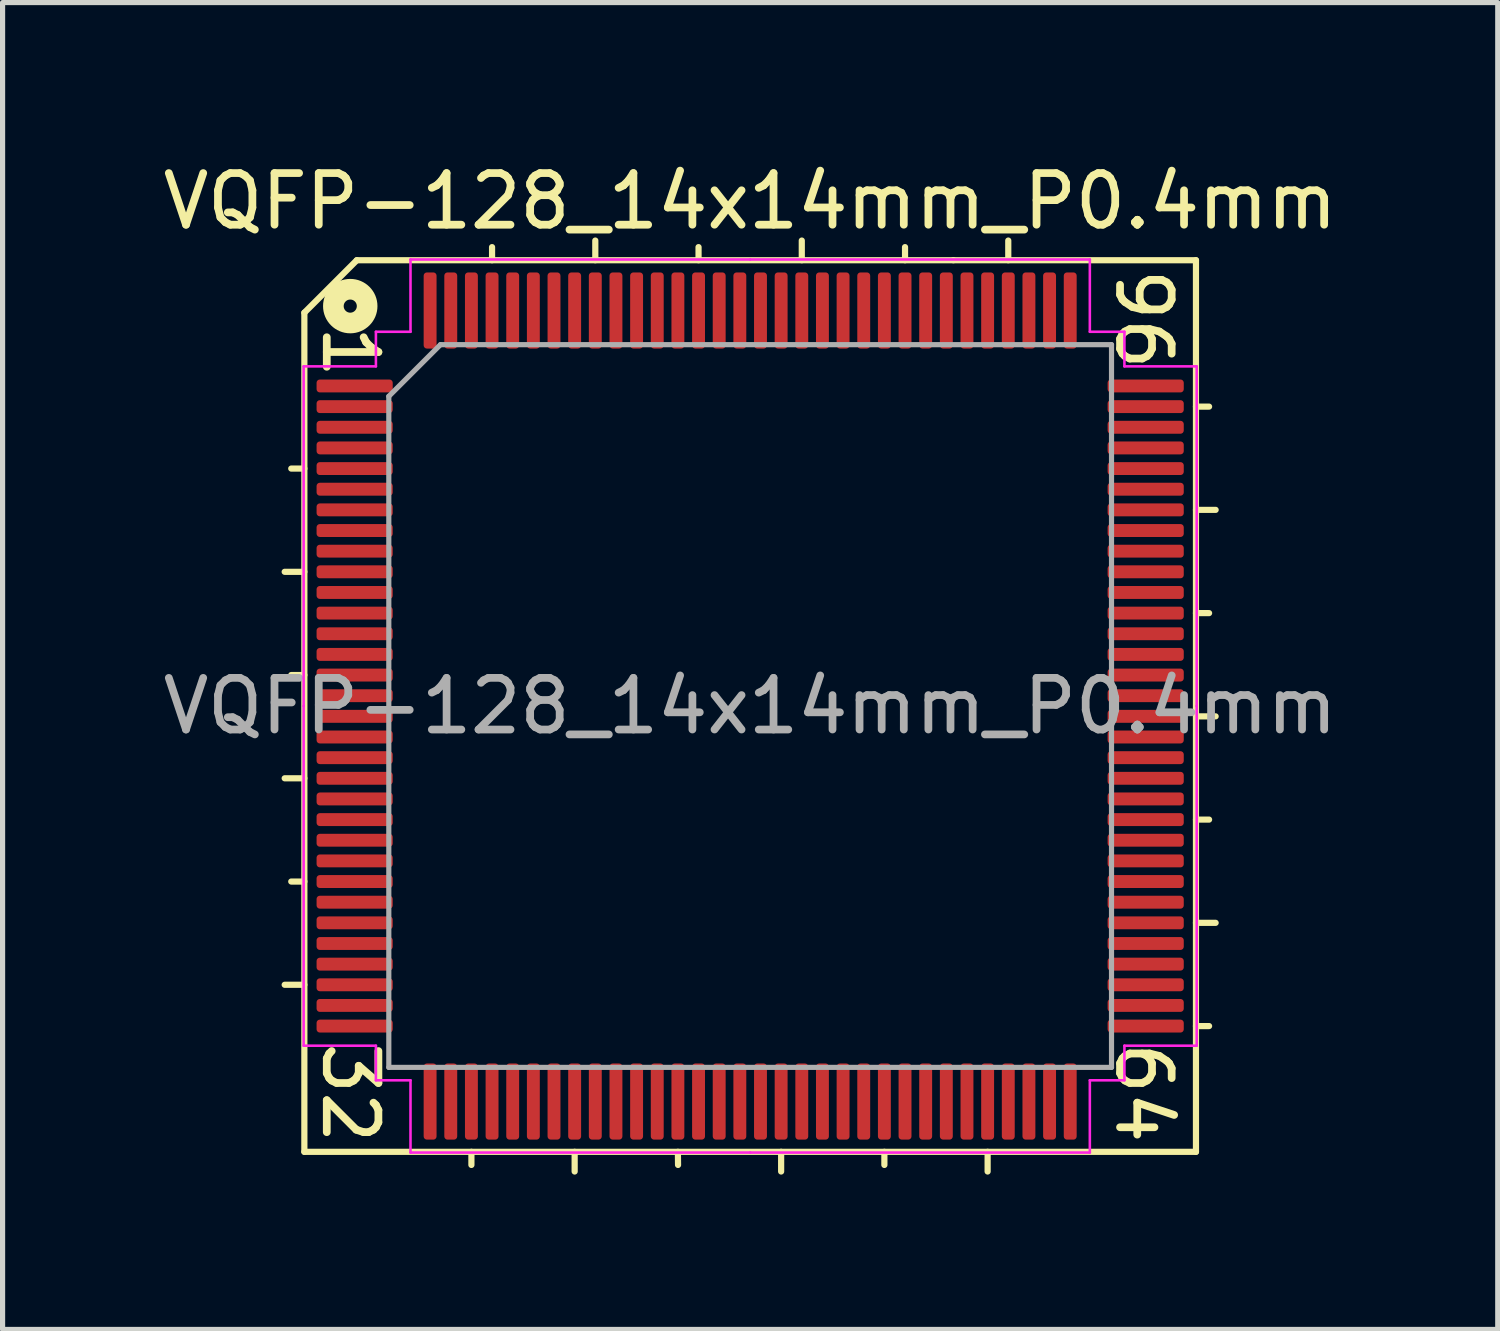
<source format=kicad_pcb>
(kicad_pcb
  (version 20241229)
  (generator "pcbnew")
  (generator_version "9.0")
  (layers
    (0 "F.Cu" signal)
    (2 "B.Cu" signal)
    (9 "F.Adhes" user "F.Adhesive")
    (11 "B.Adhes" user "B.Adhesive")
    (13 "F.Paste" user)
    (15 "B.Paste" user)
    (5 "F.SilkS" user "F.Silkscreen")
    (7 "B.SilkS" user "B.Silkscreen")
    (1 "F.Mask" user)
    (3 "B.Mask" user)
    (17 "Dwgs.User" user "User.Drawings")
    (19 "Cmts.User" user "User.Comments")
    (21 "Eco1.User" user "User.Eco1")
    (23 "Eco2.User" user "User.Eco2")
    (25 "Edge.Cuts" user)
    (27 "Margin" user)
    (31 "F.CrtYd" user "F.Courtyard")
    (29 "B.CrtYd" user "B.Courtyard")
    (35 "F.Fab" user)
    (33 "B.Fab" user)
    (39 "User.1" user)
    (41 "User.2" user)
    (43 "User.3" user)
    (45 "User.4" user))
  (footprint "VQFP-128_14x14mm_P0.4mm"
    (layer "F.Cu")
    (at 11.482 10.627)
    (property "Reference" "VQFP-128_14x14mm_P0.4mm" (at 0 -9.779 0) (layer "F.SilkS") (effects (font (size 1 1) (thickness 0.15))))
    (attr smd)
    (fp_line (start -8.636 -7.62) (end -8.636 8.636) (stroke (width 0.12) (type solid)) (layer "F.SilkS"))
    (fp_line (start -8.636 -4.6) (end -8.89 -4.6) (stroke (width 0.12) (type solid)) (layer "F.SilkS"))
    (fp_line (start -8.636 -2.6) (end -9.017 -2.6) (stroke (width 0.12) (type solid)) (layer "F.SilkS"))
    (fp_line (start -8.636 -0.6) (end -8.89 -0.6) (stroke (width 0.12) (type solid)) (layer "F.SilkS"))
    (fp_line (start -8.636 1.4) (end -9.017 1.4) (stroke (width 0.12) (type solid)) (layer "F.SilkS"))
    (fp_line (start -8.636 3.4) (end -8.89 3.4) (stroke (width 0.12) (type solid)) (layer "F.SilkS"))
    (fp_line (start -8.636 5.4) (end -9.017 5.4) (stroke (width 0.12) (type solid)) (layer "F.SilkS"))
    (fp_line (start -8.636 8.636) (end 8.636 8.636) (stroke (width 0.12) (type solid)) (layer "F.SilkS"))
    (fp_line (start -7.62 -8.636) (end -8.636 -7.62) (stroke (width 0.12) (type solid)) (layer "F.SilkS"))
    (fp_line (start -7.62 -8.636) (end 3.937 -8.636) (stroke (width 0.12) (type solid)) (layer "F.SilkS"))
    (fp_line (start -5.4 8.636) (end -5.4 8.89) (stroke (width 0.12) (type solid)) (layer "F.SilkS"))
    (fp_line (start -5 -8.636) (end -5 -8.89) (stroke (width 0.12) (type solid)) (layer "F.SilkS"))
    (fp_line (start -3.4 8.636) (end -3.4 9.017) (stroke (width 0.12) (type solid)) (layer "F.SilkS"))
    (fp_line (start -3 -8.636) (end -3 -9.017) (stroke (width 0.12) (type solid)) (layer "F.SilkS"))
    (fp_line (start -1.4 8.636) (end -1.397 8.89) (stroke (width 0.12) (type solid)) (layer "F.SilkS"))
    (fp_line (start -1 -8.636) (end -1 -8.89) (stroke (width 0.12) (type solid)) (layer "F.SilkS"))
    (fp_line (start 0.6 8.636) (end 0.6 9.017) (stroke (width 0.12) (type solid)) (layer "F.SilkS"))
    (fp_line (start 1 -8.636) (end 1 -9.017) (stroke (width 0.12) (type solid)) (layer "F.SilkS"))
    (fp_line (start 2.6 8.636) (end 2.6 8.89) (stroke (width 0.12) (type solid)) (layer "F.SilkS"))
    (fp_line (start 3 -8.636) (end 3 -8.89) (stroke (width 0.12) (type solid)) (layer "F.SilkS"))
    (fp_line (start 4.6 8.636) (end 4.6 9.017) (stroke (width 0.12) (type solid)) (layer "F.SilkS"))
    (fp_line (start 5 -8.636) (end 5 -9.017) (stroke (width 0.12) (type solid)) (layer "F.SilkS"))
    (fp_line (start 8.636 -8.636) (end 3.937 -8.636) (stroke (width 0.12) (type solid)) (layer "F.SilkS"))
    (fp_line (start 8.636 -5.8) (end 8.89 -5.8) (stroke (width 0.12) (type solid)) (layer "F.SilkS"))
    (fp_line (start 8.636 -3.8) (end 9.017 -3.8) (stroke (width 0.12) (type solid)) (layer "F.SilkS"))
    (fp_line (start 8.636 -1.8) (end 8.89 -1.8) (stroke (width 0.12) (type solid)) (layer "F.SilkS"))
    (fp_line (start 8.636 0.2) (end 9.017 0.2) (stroke (width 0.12) (type solid)) (layer "F.SilkS"))
    (fp_line (start 8.636 2.2) (end 8.89 2.2) (stroke (width 0.12) (type solid)) (layer "F.SilkS"))
    (fp_line (start 8.636 4.2) (end 9.017 4.2) (stroke (width 0.12) (type solid)) (layer "F.SilkS"))
    (fp_line (start 8.636 6.2) (end 8.89 6.2) (stroke (width 0.12) (type solid)) (layer "F.SilkS"))
    (fp_line (start 8.636 8.636) (end 8.636 -8.636) (stroke (width 0.12) (type solid)) (layer "F.SilkS"))
    (fp_circle (center -7.747 -7.747) (end -7.62 -7.747) (stroke (width 0.4) (type solid)) (fill no) (layer "F.SilkS"))
    (fp_line (start -8.65 -6.58) (end -8.65 0) (stroke (width 0.05) (type solid)) (layer "F.CrtYd"))
    (fp_line (start -8.65 6.58) (end -8.65 0) (stroke (width 0.05) (type solid)) (layer "F.CrtYd"))
    (fp_line (start -7.25 -7.25) (end -7.25 -6.58) (stroke (width 0.05) (type solid)) (layer "F.CrtYd"))
    (fp_line (start -7.25 -6.58) (end -8.65 -6.58) (stroke (width 0.05) (type solid)) (layer "F.CrtYd"))
    (fp_line (start -7.25 6.58) (end -8.65 6.58) (stroke (width 0.05) (type solid)) (layer "F.CrtYd"))
    (fp_line (start -7.25 7.25) (end -7.25 6.58) (stroke (width 0.05) (type solid)) (layer "F.CrtYd"))
    (fp_line (start -6.58 -8.65) (end -6.58 -7.25) (stroke (width 0.05) (type solid)) (layer "F.CrtYd"))
    (fp_line (start -6.58 -7.25) (end -7.25 -7.25) (stroke (width 0.05) (type solid)) (layer "F.CrtYd"))
    (fp_line (start -6.58 7.25) (end -7.25 7.25) (stroke (width 0.05) (type solid)) (layer "F.CrtYd"))
    (fp_line (start -6.58 8.65) (end -6.58 7.25) (stroke (width 0.05) (type solid)) (layer "F.CrtYd"))
    (fp_line (start 0 -8.65) (end -6.58 -8.65) (stroke (width 0.05) (type solid)) (layer "F.CrtYd"))
    (fp_line (start 0 -8.65) (end 6.58 -8.65) (stroke (width 0.05) (type solid)) (layer "F.CrtYd"))
    (fp_line (start 0 8.65) (end -6.58 8.65) (stroke (width 0.05) (type solid)) (layer "F.CrtYd"))
    (fp_line (start 0 8.65) (end 6.58 8.65) (stroke (width 0.05) (type solid)) (layer "F.CrtYd"))
    (fp_line (start 6.58 -8.65) (end 6.58 -7.25) (stroke (width 0.05) (type solid)) (layer "F.CrtYd"))
    (fp_line (start 6.58 -7.25) (end 7.25 -7.25) (stroke (width 0.05) (type solid)) (layer "F.CrtYd"))
    (fp_line (start 6.58 7.25) (end 7.25 7.25) (stroke (width 0.05) (type solid)) (layer "F.CrtYd"))
    (fp_line (start 6.58 8.65) (end 6.58 7.25) (stroke (width 0.05) (type solid)) (layer "F.CrtYd"))
    (fp_line (start 7.25 -7.25) (end 7.25 -6.58) (stroke (width 0.05) (type solid)) (layer "F.CrtYd"))
    (fp_line (start 7.25 -6.58) (end 8.65 -6.58) (stroke (width 0.05) (type solid)) (layer "F.CrtYd"))
    (fp_line (start 7.25 6.58) (end 8.65 6.58) (stroke (width 0.05) (type solid)) (layer "F.CrtYd"))
    (fp_line (start 7.25 7.25) (end 7.25 6.58) (stroke (width 0.05) (type solid)) (layer "F.CrtYd"))
    (fp_line (start 8.65 -6.58) (end 8.65 0) (stroke (width 0.05) (type solid)) (layer "F.CrtYd"))
    (fp_line (start 8.65 6.58) (end 8.65 0) (stroke (width 0.05) (type solid)) (layer "F.CrtYd"))
    (fp_line (start -7 -6) (end -6 -7) (stroke (width 0.1) (type solid)) (layer "F.Fab"))
    (fp_line (start -7 7) (end -7 -6) (stroke (width 0.1) (type solid)) (layer "F.Fab"))
    (fp_line (start -6 -7) (end 7 -7) (stroke (width 0.1) (type solid)) (layer "F.Fab"))
    (fp_line (start 7 -7) (end 7 7) (stroke (width 0.1) (type solid)) (layer "F.Fab"))
    (fp_line (start 7 7) (end -7 7) (stroke (width 0.1) (type solid)) (layer "F.Fab"))
    (fp_text user "1" (at -7.747 -6.858 270) (unlocked yes) (layer "F.SilkS") (effects (font (size 1 1) (thickness 0.15))))
    (fp_text user "96" (at 7.62 -7.493 270) (unlocked yes) (layer "F.SilkS") (effects (font (size 1 1) (thickness 0.15))))
    (fp_text user "32" (at -7.747 7.493 270) (unlocked yes) (layer "F.SilkS") (effects (font (size 1 1) (thickness 0.15))))
    (fp_text user "64" (at 7.62 7.493 270) (unlocked yes) (layer "F.SilkS") (effects (font (size 1 1) (thickness 0.15))))
    (fp_text user "${REFERENCE}" (at 0 0 0) (layer "F.Fab") (effects (font (size 1 1) (thickness 0.15))))
    (pad "1" smd roundrect (at -7.662 -6.2) (size 1.475 0.25) (layers "F.Cu" "F.Mask" "F.Paste") (roundrect_rratio 0.25))
    (pad "2" smd roundrect (at -7.662 -5.8) (size 1.475 0.25) (layers "F.Cu" "F.Mask" "F.Paste") (roundrect_rratio 0.25))
    (pad "3" smd roundrect (at -7.662 -5.4) (size 1.475 0.25) (layers "F.Cu" "F.Mask" "F.Paste") (roundrect_rratio 0.25))
    (pad "4" smd roundrect (at -7.662 -5) (size 1.475 0.25) (layers "F.Cu" "F.Mask" "F.Paste") (roundrect_rratio 0.25))
    (pad "5" smd roundrect (at -7.662 -4.6) (size 1.475 0.25) (layers "F.Cu" "F.Mask" "F.Paste") (roundrect_rratio 0.25))
    (pad "6" smd roundrect (at -7.662 -4.2) (size 1.475 0.25) (layers "F.Cu" "F.Mask" "F.Paste") (roundrect_rratio 0.25))
    (pad "7" smd roundrect (at -7.662 -3.8) (size 1.475 0.25) (layers "F.Cu" "F.Mask" "F.Paste") (roundrect_rratio 0.25))
    (pad "8" smd roundrect (at -7.662 -3.4) (size 1.475 0.25) (layers "F.Cu" "F.Mask" "F.Paste") (roundrect_rratio 0.25))
    (pad "9" smd roundrect (at -7.662 -3) (size 1.475 0.25) (layers "F.Cu" "F.Mask" "F.Paste") (roundrect_rratio 0.25))
    (pad "10" smd roundrect (at -7.662 -2.6) (size 1.475 0.25) (layers "F.Cu" "F.Mask" "F.Paste") (roundrect_rratio 0.25))
    (pad "11" smd roundrect (at -7.662 -2.2) (size 1.475 0.25) (layers "F.Cu" "F.Mask" "F.Paste") (roundrect_rratio 0.25))
    (pad "12" smd roundrect (at -7.662 -1.8) (size 1.475 0.25) (layers "F.Cu" "F.Mask" "F.Paste") (roundrect_rratio 0.25))
    (pad "13" smd roundrect (at -7.662 -1.4) (size 1.475 0.25) (layers "F.Cu" "F.Mask" "F.Paste") (roundrect_rratio 0.25))
    (pad "14" smd roundrect (at -7.662 -1) (size 1.475 0.25) (layers "F.Cu" "F.Mask" "F.Paste") (roundrect_rratio 0.25))
    (pad "15" smd roundrect (at -7.662 -0.6) (size 1.475 0.25) (layers "F.Cu" "F.Mask" "F.Paste") (roundrect_rratio 0.25))
    (pad "16" smd roundrect (at -7.662 -0.2) (size 1.475 0.25) (layers "F.Cu" "F.Mask" "F.Paste") (roundrect_rratio 0.25))
    (pad "17" smd roundrect (at -7.662 0.2) (size 1.475 0.25) (layers "F.Cu" "F.Mask" "F.Paste") (roundrect_rratio 0.25))
    (pad "18" smd roundrect (at -7.662 0.6) (size 1.475 0.25) (layers "F.Cu" "F.Mask" "F.Paste") (roundrect_rratio 0.25))
    (pad "19" smd roundrect (at -7.662 1) (size 1.475 0.25) (layers "F.Cu" "F.Mask" "F.Paste") (roundrect_rratio 0.25))
    (pad "20" smd roundrect (at -7.662 1.4) (size 1.475 0.25) (layers "F.Cu" "F.Mask" "F.Paste") (roundrect_rratio 0.25))
    (pad "21" smd roundrect (at -7.662 1.8) (size 1.475 0.25) (layers "F.Cu" "F.Mask" "F.Paste") (roundrect_rratio 0.25))
    (pad "22" smd roundrect (at -7.662 2.2) (size 1.475 0.25) (layers "F.Cu" "F.Mask" "F.Paste") (roundrect_rratio 0.25))
    (pad "23" smd roundrect (at -7.662 2.6) (size 1.475 0.25) (layers "F.Cu" "F.Mask" "F.Paste") (roundrect_rratio 0.25))
    (pad "24" smd roundrect (at -7.662 3) (size 1.475 0.25) (layers "F.Cu" "F.Mask" "F.Paste") (roundrect_rratio 0.25))
    (pad "25" smd roundrect (at -7.662 3.4) (size 1.475 0.25) (layers "F.Cu" "F.Mask" "F.Paste") (roundrect_rratio 0.25))
    (pad "26" smd roundrect (at -7.662 3.8) (size 1.475 0.25) (layers "F.Cu" "F.Mask" "F.Paste") (roundrect_rratio 0.25))
    (pad "27" smd roundrect (at -7.662 4.2) (size 1.475 0.25) (layers "F.Cu" "F.Mask" "F.Paste") (roundrect_rratio 0.25))
    (pad "28" smd roundrect (at -7.662 4.6) (size 1.475 0.25) (layers "F.Cu" "F.Mask" "F.Paste") (roundrect_rratio 0.25))
    (pad "29" smd roundrect (at -7.662 5) (size 1.475 0.25) (layers "F.Cu" "F.Mask" "F.Paste") (roundrect_rratio 0.25))
    (pad "30" smd roundrect (at -7.662 5.4) (size 1.475 0.25) (layers "F.Cu" "F.Mask" "F.Paste") (roundrect_rratio 0.25))
    (pad "31" smd roundrect (at -7.662 5.8) (size 1.475 0.25) (layers "F.Cu" "F.Mask" "F.Paste") (roundrect_rratio 0.25))
    (pad "32" smd roundrect (at -7.662 6.2) (size 1.475 0.25) (layers "F.Cu" "F.Mask" "F.Paste") (roundrect_rratio 0.25))
    (pad "33" smd roundrect (at -6.2 7.662) (size 0.25 1.475) (layers "F.Cu" "F.Mask" "F.Paste") (roundrect_rratio 0.25))
    (pad "34" smd roundrect (at -5.8 7.662) (size 0.25 1.475) (layers "F.Cu" "F.Mask" "F.Paste") (roundrect_rratio 0.25))
    (pad "35" smd roundrect (at -5.4 7.662) (size 0.25 1.475) (layers "F.Cu" "F.Mask" "F.Paste") (roundrect_rratio 0.25))
    (pad "36" smd roundrect (at -5 7.662) (size 0.25 1.475) (layers "F.Cu" "F.Mask" "F.Paste") (roundrect_rratio 0.25))
    (pad "37" smd roundrect (at -4.6 7.662) (size 0.25 1.475) (layers "F.Cu" "F.Mask" "F.Paste") (roundrect_rratio 0.25))
    (pad "38" smd roundrect (at -4.2 7.662) (size 0.25 1.475) (layers "F.Cu" "F.Mask" "F.Paste") (roundrect_rratio 0.25))
    (pad "39" smd roundrect (at -3.8 7.662) (size 0.25 1.475) (layers "F.Cu" "F.Mask" "F.Paste") (roundrect_rratio 0.25))
    (pad "40" smd roundrect (at -3.4 7.662) (size 0.25 1.475) (layers "F.Cu" "F.Mask" "F.Paste") (roundrect_rratio 0.25))
    (pad "41" smd roundrect (at -3 7.662) (size 0.25 1.475) (layers "F.Cu" "F.Mask" "F.Paste") (roundrect_rratio 0.25))
    (pad "42" smd roundrect (at -2.6 7.662) (size 0.25 1.475) (layers "F.Cu" "F.Mask" "F.Paste") (roundrect_rratio 0.25))
    (pad "43" smd roundrect (at -2.2 7.662) (size 0.25 1.475) (layers "F.Cu" "F.Mask" "F.Paste") (roundrect_rratio 0.25))
    (pad "44" smd roundrect (at -1.8 7.662) (size 0.25 1.475) (layers "F.Cu" "F.Mask" "F.Paste") (roundrect_rratio 0.25))
    (pad "45" smd roundrect (at -1.4 7.662) (size 0.25 1.475) (layers "F.Cu" "F.Mask" "F.Paste") (roundrect_rratio 0.25))
    (pad "46" smd roundrect (at -1 7.662) (size 0.25 1.475) (layers "F.Cu" "F.Mask" "F.Paste") (roundrect_rratio 0.25))
    (pad "47" smd roundrect (at -0.6 7.662) (size 0.25 1.475) (layers "F.Cu" "F.Mask" "F.Paste") (roundrect_rratio 0.25))
    (pad "48" smd roundrect (at -0.2 7.662) (size 0.25 1.475) (layers "F.Cu" "F.Mask" "F.Paste") (roundrect_rratio 0.25))
    (pad "49" smd roundrect (at 0.2 7.662) (size 0.25 1.475) (layers "F.Cu" "F.Mask" "F.Paste") (roundrect_rratio 0.25))
    (pad "50" smd roundrect (at 0.6 7.662) (size 0.25 1.475) (layers "F.Cu" "F.Mask" "F.Paste") (roundrect_rratio 0.25))
    (pad "51" smd roundrect (at 1 7.662) (size 0.25 1.475) (layers "F.Cu" "F.Mask" "F.Paste") (roundrect_rratio 0.25))
    (pad "52" smd roundrect (at 1.4 7.662) (size 0.25 1.475) (layers "F.Cu" "F.Mask" "F.Paste") (roundrect_rratio 0.25))
    (pad "53" smd roundrect (at 1.8 7.662) (size 0.25 1.475) (layers "F.Cu" "F.Mask" "F.Paste") (roundrect_rratio 0.25))
    (pad "54" smd roundrect (at 2.2 7.662) (size 0.25 1.475) (layers "F.Cu" "F.Mask" "F.Paste") (roundrect_rratio 0.25))
    (pad "55" smd roundrect (at 2.6 7.662) (size 0.25 1.475) (layers "F.Cu" "F.Mask" "F.Paste") (roundrect_rratio 0.25))
    (pad "56" smd roundrect (at 3 7.662) (size 0.25 1.475) (layers "F.Cu" "F.Mask" "F.Paste") (roundrect_rratio 0.25))
    (pad "57" smd roundrect (at 3.4 7.662) (size 0.25 1.475) (layers "F.Cu" "F.Mask" "F.Paste") (roundrect_rratio 0.25))
    (pad "58" smd roundrect (at 3.8 7.662) (size 0.25 1.475) (layers "F.Cu" "F.Mask" "F.Paste") (roundrect_rratio 0.25))
    (pad "59" smd roundrect (at 4.2 7.662) (size 0.25 1.475) (layers "F.Cu" "F.Mask" "F.Paste") (roundrect_rratio 0.25))
    (pad "60" smd roundrect (at 4.6 7.662) (size 0.25 1.475) (layers "F.Cu" "F.Mask" "F.Paste") (roundrect_rratio 0.25))
    (pad "61" smd roundrect (at 5 7.662) (size 0.25 1.475) (layers "F.Cu" "F.Mask" "F.Paste") (roundrect_rratio 0.25))
    (pad "62" smd roundrect (at 5.4 7.662) (size 0.25 1.475) (layers "F.Cu" "F.Mask" "F.Paste") (roundrect_rratio 0.25))
    (pad "63" smd roundrect (at 5.8 7.662) (size 0.25 1.475) (layers "F.Cu" "F.Mask" "F.Paste") (roundrect_rratio 0.25))
    (pad "64" smd roundrect (at 6.2 7.662) (size 0.25 1.475) (layers "F.Cu" "F.Mask" "F.Paste") (roundrect_rratio 0.25))
    (pad "65" smd roundrect (at 7.662 6.2) (size 1.475 0.25) (layers "F.Cu" "F.Mask" "F.Paste") (roundrect_rratio 0.25))
    (pad "66" smd roundrect (at 7.662 5.8) (size 1.475 0.25) (layers "F.Cu" "F.Mask" "F.Paste") (roundrect_rratio 0.25))
    (pad "67" smd roundrect (at 7.662 5.4) (size 1.475 0.25) (layers "F.Cu" "F.Mask" "F.Paste") (roundrect_rratio 0.25))
    (pad "68" smd roundrect (at 7.662 5) (size 1.475 0.25) (layers "F.Cu" "F.Mask" "F.Paste") (roundrect_rratio 0.25))
    (pad "69" smd roundrect (at 7.662 4.6) (size 1.475 0.25) (layers "F.Cu" "F.Mask" "F.Paste") (roundrect_rratio 0.25))
    (pad "70" smd roundrect (at 7.662 4.2) (size 1.475 0.25) (layers "F.Cu" "F.Mask" "F.Paste") (roundrect_rratio 0.25))
    (pad "71" smd roundrect (at 7.662 3.8) (size 1.475 0.25) (layers "F.Cu" "F.Mask" "F.Paste") (roundrect_rratio 0.25))
    (pad "72" smd roundrect (at 7.662 3.4) (size 1.475 0.25) (layers "F.Cu" "F.Mask" "F.Paste") (roundrect_rratio 0.25))
    (pad "73" smd roundrect (at 7.662 3) (size 1.475 0.25) (layers "F.Cu" "F.Mask" "F.Paste") (roundrect_rratio 0.25))
    (pad "74" smd roundrect (at 7.662 2.6) (size 1.475 0.25) (layers "F.Cu" "F.Mask" "F.Paste") (roundrect_rratio 0.25))
    (pad "75" smd roundrect (at 7.662 2.2) (size 1.475 0.25) (layers "F.Cu" "F.Mask" "F.Paste") (roundrect_rratio 0.25))
    (pad "76" smd roundrect (at 7.662 1.8) (size 1.475 0.25) (layers "F.Cu" "F.Mask" "F.Paste") (roundrect_rratio 0.25))
    (pad "77" smd roundrect (at 7.662 1.4) (size 1.475 0.25) (layers "F.Cu" "F.Mask" "F.Paste") (roundrect_rratio 0.25))
    (pad "78" smd roundrect (at 7.662 1) (size 1.475 0.25) (layers "F.Cu" "F.Mask" "F.Paste") (roundrect_rratio 0.25))
    (pad "79" smd roundrect (at 7.662 0.6) (size 1.475 0.25) (layers "F.Cu" "F.Mask" "F.Paste") (roundrect_rratio 0.25))
    (pad "80" smd roundrect (at 7.662 0.2) (size 1.475 0.25) (layers "F.Cu" "F.Mask" "F.Paste") (roundrect_rratio 0.25))
    (pad "81" smd roundrect (at 7.662 -0.2) (size 1.475 0.25) (layers "F.Cu" "F.Mask" "F.Paste") (roundrect_rratio 0.25))
    (pad "82" smd roundrect (at 7.662 -0.6) (size 1.475 0.25) (layers "F.Cu" "F.Mask" "F.Paste") (roundrect_rratio 0.25))
    (pad "83" smd roundrect (at 7.662 -1) (size 1.475 0.25) (layers "F.Cu" "F.Mask" "F.Paste") (roundrect_rratio 0.25))
    (pad "84" smd roundrect (at 7.662 -1.4) (size 1.475 0.25) (layers "F.Cu" "F.Mask" "F.Paste") (roundrect_rratio 0.25))
    (pad "85" smd roundrect (at 7.662 -1.8) (size 1.475 0.25) (layers "F.Cu" "F.Mask" "F.Paste") (roundrect_rratio 0.25))
    (pad "86" smd roundrect (at 7.662 -2.2) (size 1.475 0.25) (layers "F.Cu" "F.Mask" "F.Paste") (roundrect_rratio 0.25))
    (pad "87" smd roundrect (at 7.662 -2.6) (size 1.475 0.25) (layers "F.Cu" "F.Mask" "F.Paste") (roundrect_rratio 0.25))
    (pad "88" smd roundrect (at 7.662 -3) (size 1.475 0.25) (layers "F.Cu" "F.Mask" "F.Paste") (roundrect_rratio 0.25))
    (pad "89" smd roundrect (at 7.662 -3.4) (size 1.475 0.25) (layers "F.Cu" "F.Mask" "F.Paste") (roundrect_rratio 0.25))
    (pad "90" smd roundrect (at 7.662 -3.8) (size 1.475 0.25) (layers "F.Cu" "F.Mask" "F.Paste") (roundrect_rratio 0.25))
    (pad "91" smd roundrect (at 7.662 -4.2) (size 1.475 0.25) (layers "F.Cu" "F.Mask" "F.Paste") (roundrect_rratio 0.25))
    (pad "92" smd roundrect (at 7.662 -4.6) (size 1.475 0.25) (layers "F.Cu" "F.Mask" "F.Paste") (roundrect_rratio 0.25))
    (pad "93" smd roundrect (at 7.662 -5) (size 1.475 0.25) (layers "F.Cu" "F.Mask" "F.Paste") (roundrect_rratio 0.25))
    (pad "94" smd roundrect (at 7.662 -5.4) (size 1.475 0.25) (layers "F.Cu" "F.Mask" "F.Paste") (roundrect_rratio 0.25))
    (pad "95" smd roundrect (at 7.662 -5.8) (size 1.475 0.25) (layers "F.Cu" "F.Mask" "F.Paste") (roundrect_rratio 0.25))
    (pad "96" smd roundrect (at 7.662 -6.2) (size 1.475 0.25) (layers "F.Cu" "F.Mask" "F.Paste") (roundrect_rratio 0.25))
    (pad "97" smd roundrect (at 6.2 -7.662) (size 0.25 1.475) (layers "F.Cu" "F.Mask" "F.Paste") (roundrect_rratio 0.25))
    (pad "98" smd roundrect (at 5.8 -7.662) (size 0.25 1.475) (layers "F.Cu" "F.Mask" "F.Paste") (roundrect_rratio 0.25))
    (pad "99" smd roundrect (at 5.4 -7.662) (size 0.25 1.475) (layers "F.Cu" "F.Mask" "F.Paste") (roundrect_rratio 0.25))
    (pad "100" smd roundrect (at 5 -7.662) (size 0.25 1.475) (layers "F.Cu" "F.Mask" "F.Paste") (roundrect_rratio 0.25))
    (pad "101" smd roundrect (at 4.6 -7.662) (size 0.25 1.475) (layers "F.Cu" "F.Mask" "F.Paste") (roundrect_rratio 0.25))
    (pad "102" smd roundrect (at 4.2 -7.662) (size 0.25 1.475) (layers "F.Cu" "F.Mask" "F.Paste") (roundrect_rratio 0.25))
    (pad "103" smd roundrect (at 3.8 -7.662) (size 0.25 1.475) (layers "F.Cu" "F.Mask" "F.Paste") (roundrect_rratio 0.25))
    (pad "104" smd roundrect (at 3.4 -7.662) (size 0.25 1.475) (layers "F.Cu" "F.Mask" "F.Paste") (roundrect_rratio 0.25))
    (pad "105" smd roundrect (at 3 -7.662) (size 0.25 1.475) (layers "F.Cu" "F.Mask" "F.Paste") (roundrect_rratio 0.25))
    (pad "106" smd roundrect (at 2.6 -7.662) (size 0.25 1.475) (layers "F.Cu" "F.Mask" "F.Paste") (roundrect_rratio 0.25))
    (pad "107" smd roundrect (at 2.2 -7.662) (size 0.25 1.475) (layers "F.Cu" "F.Mask" "F.Paste") (roundrect_rratio 0.25))
    (pad "108" smd roundrect (at 1.8 -7.662) (size 0.25 1.475) (layers "F.Cu" "F.Mask" "F.Paste") (roundrect_rratio 0.25))
    (pad "109" smd roundrect (at 1.4 -7.662) (size 0.25 1.475) (layers "F.Cu" "F.Mask" "F.Paste") (roundrect_rratio 0.25))
    (pad "110" smd roundrect (at 1 -7.662) (size 0.25 1.475) (layers "F.Cu" "F.Mask" "F.Paste") (roundrect_rratio 0.25))
    (pad "111" smd roundrect (at 0.6 -7.662) (size 0.25 1.475) (layers "F.Cu" "F.Mask" "F.Paste") (roundrect_rratio 0.25))
    (pad "112" smd roundrect (at 0.2 -7.662) (size 0.25 1.475) (layers "F.Cu" "F.Mask" "F.Paste") (roundrect_rratio 0.25))
    (pad "113" smd roundrect (at -0.2 -7.662) (size 0.25 1.475) (layers "F.Cu" "F.Mask" "F.Paste") (roundrect_rratio 0.25))
    (pad "114" smd roundrect (at -0.6 -7.662) (size 0.25 1.475) (layers "F.Cu" "F.Mask" "F.Paste") (roundrect_rratio 0.25))
    (pad "115" smd roundrect (at -1 -7.662) (size 0.25 1.475) (layers "F.Cu" "F.Mask" "F.Paste") (roundrect_rratio 0.25))
    (pad "116" smd roundrect (at -1.4 -7.662) (size 0.25 1.475) (layers "F.Cu" "F.Mask" "F.Paste") (roundrect_rratio 0.25))
    (pad "117" smd roundrect (at -1.8 -7.662) (size 0.25 1.475) (layers "F.Cu" "F.Mask" "F.Paste") (roundrect_rratio 0.25))
    (pad "118" smd roundrect (at -2.2 -7.662) (size 0.25 1.475) (layers "F.Cu" "F.Mask" "F.Paste") (roundrect_rratio 0.25))
    (pad "119" smd roundrect (at -2.6 -7.662) (size 0.25 1.475) (layers "F.Cu" "F.Mask" "F.Paste") (roundrect_rratio 0.25))
    (pad "120" smd roundrect (at -3 -7.662) (size 0.25 1.475) (layers "F.Cu" "F.Mask" "F.Paste") (roundrect_rratio 0.25))
    (pad "121" smd roundrect (at -3.4 -7.662) (size 0.25 1.475) (layers "F.Cu" "F.Mask" "F.Paste") (roundrect_rratio 0.25))
    (pad "122" smd roundrect (at -3.8 -7.662) (size 0.25 1.475) (layers "F.Cu" "F.Mask" "F.Paste") (roundrect_rratio 0.25))
    (pad "123" smd roundrect (at -4.2 -7.662) (size 0.25 1.475) (layers "F.Cu" "F.Mask" "F.Paste") (roundrect_rratio 0.25))
    (pad "124" smd roundrect (at -4.6 -7.662) (size 0.25 1.475) (layers "F.Cu" "F.Mask" "F.Paste") (roundrect_rratio 0.25))
    (pad "125" smd roundrect (at -5 -7.662) (size 0.25 1.475) (layers "F.Cu" "F.Mask" "F.Paste") (roundrect_rratio 0.25))
    (pad "126" smd roundrect (at -5.4 -7.662) (size 0.25 1.475) (layers "F.Cu" "F.Mask" "F.Paste") (roundrect_rratio 0.25))
    (pad "127" smd roundrect (at -5.8 -7.662) (size 0.25 1.475) (layers "F.Cu" "F.Mask" "F.Paste") (roundrect_rratio 0.25))
    (pad "128" smd roundrect (at -6.2 -7.662) (size 0.25 1.475) (layers "F.Cu" "F.Mask" "F.Paste") (roundrect_rratio 0.25)))
  (gr_rect
    (start -3 -3)
    (end 25.964 22.704)
    (stroke (width 0.1) (type default))
    (fill no)
    (layer "Edge.Cuts")))
</source>
